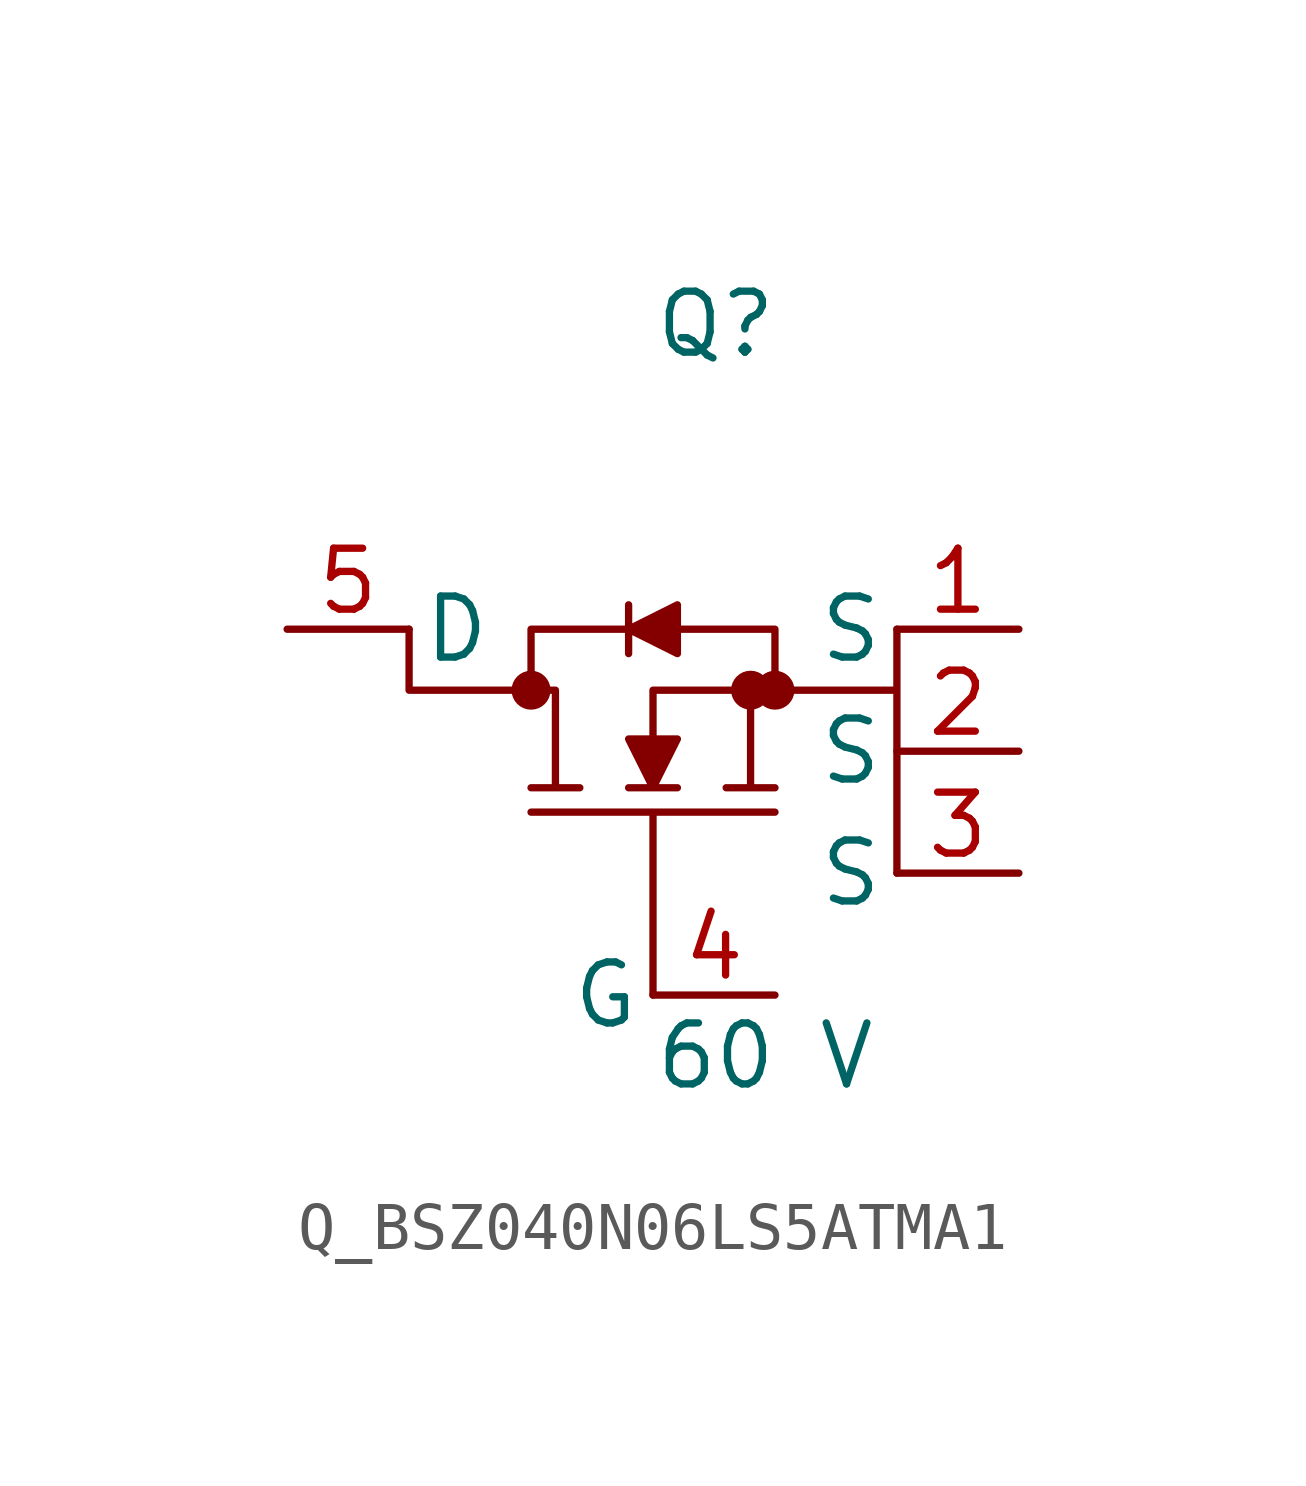
<source format=kicad_sym>
(kicad_symbol_lib
  (version 20231120)
  (generator kicad_symbol_editor)
  (generator_version 8.0)
  (symbol "Q_BSZ040N06LS5ATMA1"
    (pin_names
      (offset 0.254))
    (property "Reference" "Q"
      (at 0 7.62 0)
      (effects (font (size 1.27 1.27)) (justify left)))
    (property "Value" "60 V"
      (at 0 -7.62 0)
      (effects (font (size 1.27 1.27)) (justify left)))
    (symbol "Q_BSZ040N06LS5ATMA1_1_0"
      (polyline (pts (xy 0 -6.35) (xy 0 -2.54) (xy -2.54 -2.54) (xy 2.54 -2.54) (xy 0 -2.54) (xy 0 -6.35)) (stroke (width 0) (type default)) (fill (type none)))
      (polyline (pts (xy 5.08 1.27) (xy 5.08 0.0) (xy 2.54 0.0) (xy 2.54 1.27) (xy 0.508 1.27) (xy 0.508 1.778) (xy -0.508 1.27) (xy -0.508 1.778) (xy -0.508 1.27) (xy -2.54 1.27) (xy -2.54 0.0) (xy -5.08 0.0) (xy -5.08 1.27) (xy -5.08 0.0) (xy -2.032 0.0) (xy -2.032 -2.032) (xy -2.54 -2.032) (xy -1.524 -2.032) (xy -2.032 -2.032) (xy -2.032 0.0) (xy -2.54 0.0) (xy -2.54 1.27) (xy -0.508 1.27) (xy -0.508 0.762) (xy -0.508 1.27) (xy 0.508 0.762) (xy 0.508 1.27) (xy 2.54 1.27) (xy 2.54 0.0) (xy 0 0.0) (xy 0 -1.016) (xy -0.508 -1.016) (xy 0 -2.032) (xy -0.508 -2.032) (xy 0.508 -2.032) (xy 0 -2.032) (xy 0.508 -1.016) (xy 0 -1.016) (xy 0 0.0) (xy 2.032 0.0) (xy 2.032 -2.032) (xy 1.524 -2.032) (xy 2.54 -2.032) (xy 2.032 -2.032) (xy 2.032 0.0) (xy 5.08 0.0) (xy 5.08 -3.81)) (stroke (width 0) (type default)) (fill (type outline)))
      (circle (center -2.54 0.0) (radius 0.025) (stroke (width 0.381) (type default)) (fill (type none)))
      (circle (center 2.032 0.0) (radius 0.025) (stroke (width 0.381) (type default)) (fill (type none)))
      (circle (center 2.54 0.0) (radius 0.025) (stroke (width 0.381) (type default)) (fill (type none)))
      (pin passive line (at -7.62 1.27 0) (length 2.54) (name "D" (effects (font (size 1.27 1.27)))) (number "5" (effects (font (size 1.27 1.27)))))
      (pin passive line (at 7.62 1.27 180) (length 2.54) (name "S" (effects (font (size 1.27 1.27)))) (number "1" (effects (font (size 1.27 1.27)))))
      (pin passive line (at 7.62 -1.27 180) (length 2.54) (name "S" (effects (font (size 1.27 1.27)))) (number "2" (effects (font (size 1.27 1.27)))))
      (pin passive line (at 7.62 -3.81 180) (length 2.54) (name "S" (effects (font (size 1.27 1.27)))) (number "3" (effects (font (size 1.27 1.27)))))
      (pin passive line (at 2.54 -6.35 180) (length 2.54) (name "G" (effects (font (size 1.27 1.27)))) (number "4" (effects (font (size 1.27 1.27))))))))
</source>
